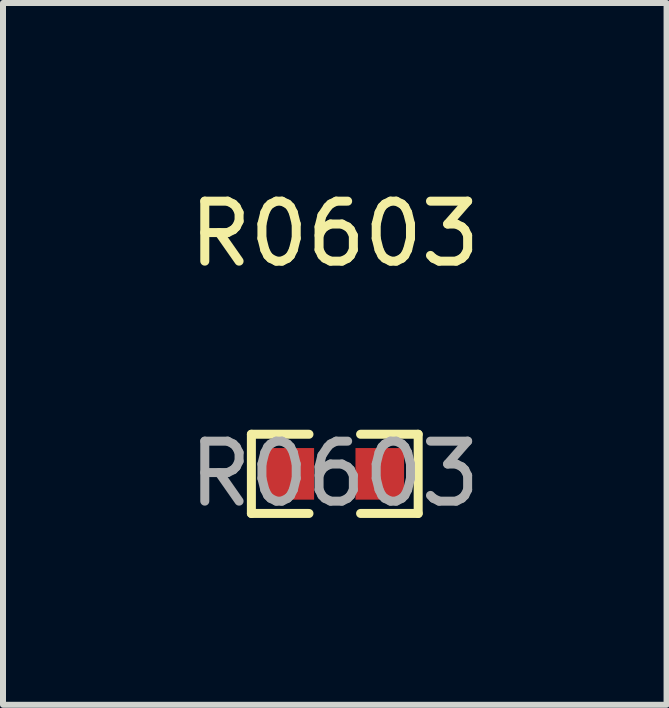
<source format=kicad_pcb>
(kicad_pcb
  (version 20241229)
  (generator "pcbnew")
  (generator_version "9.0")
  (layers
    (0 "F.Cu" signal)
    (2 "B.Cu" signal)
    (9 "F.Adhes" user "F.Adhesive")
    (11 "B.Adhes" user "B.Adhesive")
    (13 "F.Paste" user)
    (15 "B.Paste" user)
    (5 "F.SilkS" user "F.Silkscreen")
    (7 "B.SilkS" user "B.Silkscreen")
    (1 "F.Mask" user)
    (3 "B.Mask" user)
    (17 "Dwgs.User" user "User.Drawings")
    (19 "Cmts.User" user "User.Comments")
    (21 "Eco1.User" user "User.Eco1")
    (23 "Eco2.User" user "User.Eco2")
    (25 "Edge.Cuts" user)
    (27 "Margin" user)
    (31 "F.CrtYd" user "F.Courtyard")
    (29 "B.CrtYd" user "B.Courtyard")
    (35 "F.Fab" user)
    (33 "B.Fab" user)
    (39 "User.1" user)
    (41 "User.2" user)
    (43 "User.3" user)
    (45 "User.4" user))
  (footprint "R0603"
    (layer "F.Cu")
    (at 2.53 4.848)
    (property "Reference" "R0603" (at 0 -4 0) (layer "F.SilkS") (effects (font (size 1 1) (thickness 0.15))))
    (attr smd)
    (fp_line (start -1.39 -0.66) (end -0.43 -0.66) (stroke (width 0.15) (type solid)) (layer "F.SilkS"))
    (fp_line (start -1.39 0.66) (end -1.39 -0.66) (stroke (width 0.15) (type solid)) (layer "F.SilkS"))
    (fp_line (start -0.43 0.66) (end -1.39 0.66) (stroke (width 0.15) (type solid)) (layer "F.SilkS"))
    (fp_line (start 0.43 0.66) (end 1.39 0.66) (stroke (width 0.15) (type solid)) (layer "F.SilkS"))
    (fp_line (start 1.39 -0.66) (end 0.43 -0.66) (stroke (width 0.15) (type solid)) (layer "F.SilkS"))
    (fp_line (start 1.39 0.66) (end 1.39 -0.66) (stroke (width 0.15) (type solid)) (layer "F.SilkS"))
    (fp_circle (center -0.8 0.4) (end -0.77 0.4) (stroke (width 0.06) (type solid)) (fill no) (layer "F.Fab"))
    (fp_text user "${REFERENCE}" (at 0 0 0) (layer "F.Fab") (effects (font (size 1 1) (thickness 0.15))))
    (pad "1" smd rect (at -0.75 0) (size 0.81 0.86) (layers "F.Cu" "F.Mask" "F.Paste"))
    (pad "2" smd rect (at 0.75 0) (size 0.81 0.86) (layers "F.Cu" "F.Mask" "F.Paste")))
  (gr_rect
    (start -3 -3)
    (end 8.06 8.697)
    (stroke (width 0.1) (type default))
    (fill no)
    (layer "Edge.Cuts")))
</source>
